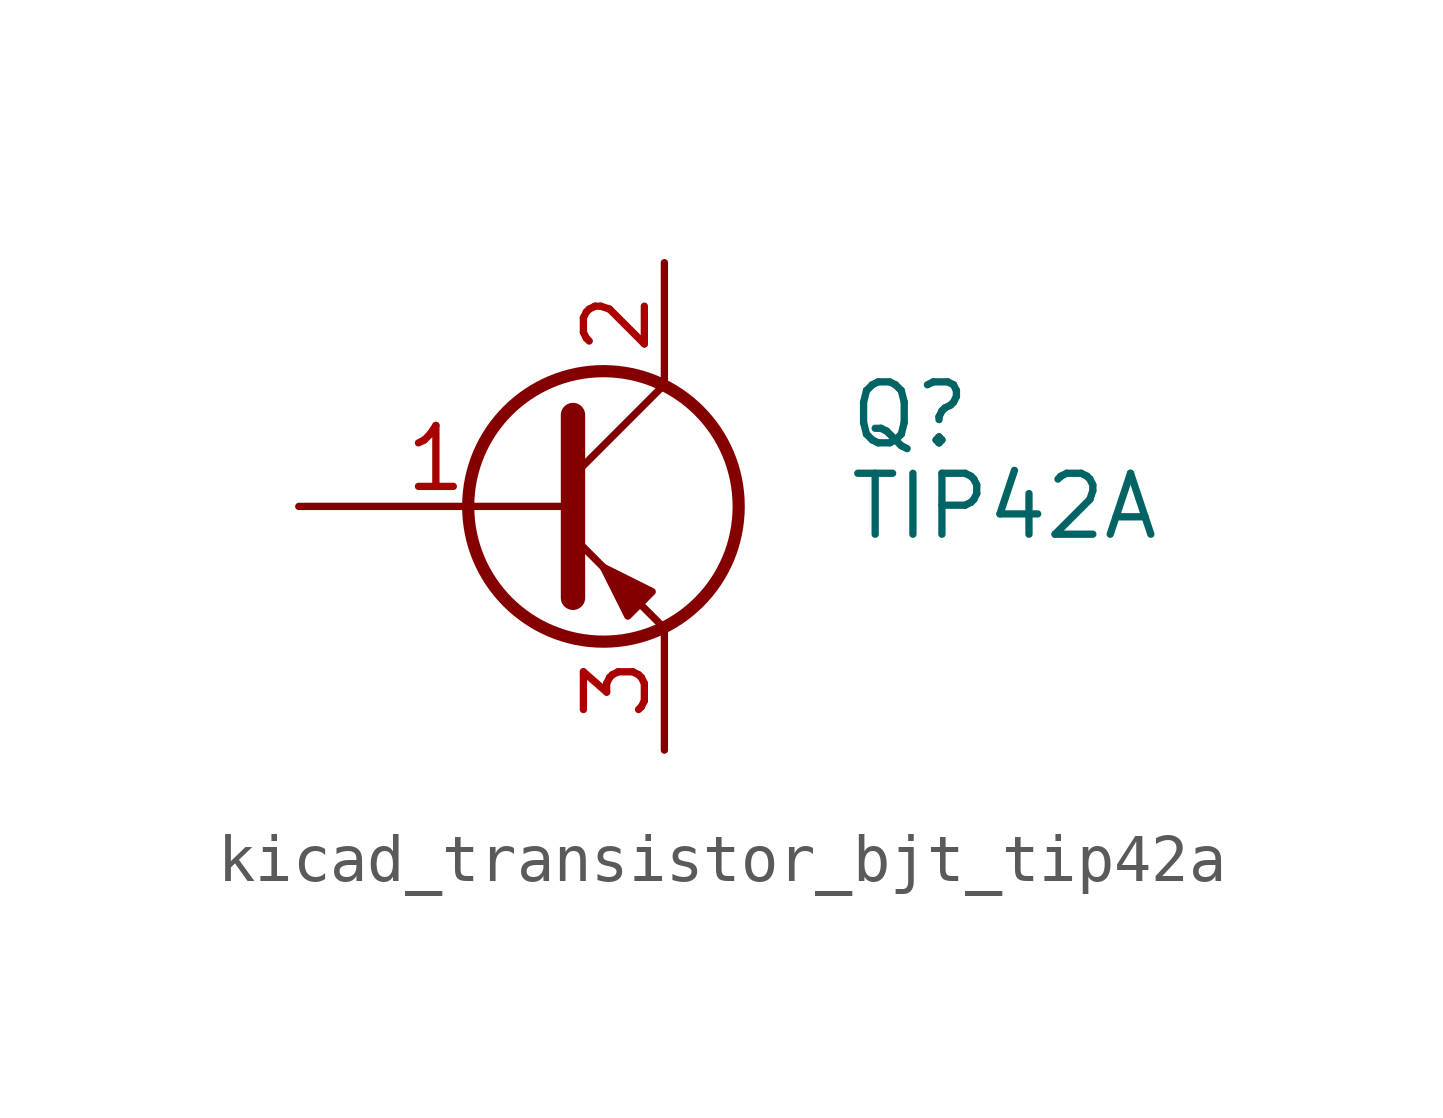
<source format=kicad_sym>
(kicad_symbol_lib
  (version 20220914)
  (generator kicad_symbol_editor)
  (symbol "kicad_transistor_bjt_tip42a"
    (pin_names
      (offset 0) hide)
    (property "Reference" "Q"
      (at 6.35 1.905 0)
      (effects (font (size 1.27 1.27)) (justify left)))
    (property "Value" "TIP42A"
      (at 6.35 0 0)
      (effects (font (size 1.27 1.27)) (justify left)))
    (symbol "kicad_transistor_bjt_tip42a_0_1"
      (polyline (pts (xy 0.635 0.635) (xy 2.54 2.54)) (stroke (width 0) (type default)) (fill (type none)))
      (polyline (pts (xy 0.635 -0.635) (xy 2.54 -2.54) (xy 2.54 -2.54)) (stroke (width 0) (type default)) (fill (type none)))
      (polyline (pts (xy 0.635 1.905) (xy 0.635 -1.905) (xy 0.635 -1.905)) (stroke (width 0.508) (type default)) (fill (type none)))
      (polyline (pts (xy 2.286 -1.778) (xy 1.778 -2.286) (xy 1.27 -1.27) (xy 2.286 -1.778) (xy 2.286 -1.778)) (stroke (width 0) (type default)) (fill (type outline)))
      (circle (center 1.27 0) (radius 2.819) (stroke (width 0.254) (type default)) (fill (type none))))
    (symbol "kicad_transistor_bjt_tip42a_1_1"
      (pin input line (at -5.08 0 0) (length 5.715) (name "B" (effects (font (size 1.27 1.27)))) (number "1" (effects (font (size 1.27 1.27)))))
      (pin passive line (at 2.54 5.08 270) (length 2.54) (name "C" (effects (font (size 1.27 1.27)))) (number "2" (effects (font (size 1.27 1.27)))))
      (pin passive line (at 2.54 -5.08 90) (length 2.54) (name "E" (effects (font (size 1.27 1.27)))) (number "3" (effects (font (size 1.27 1.27))))))))
</source>
